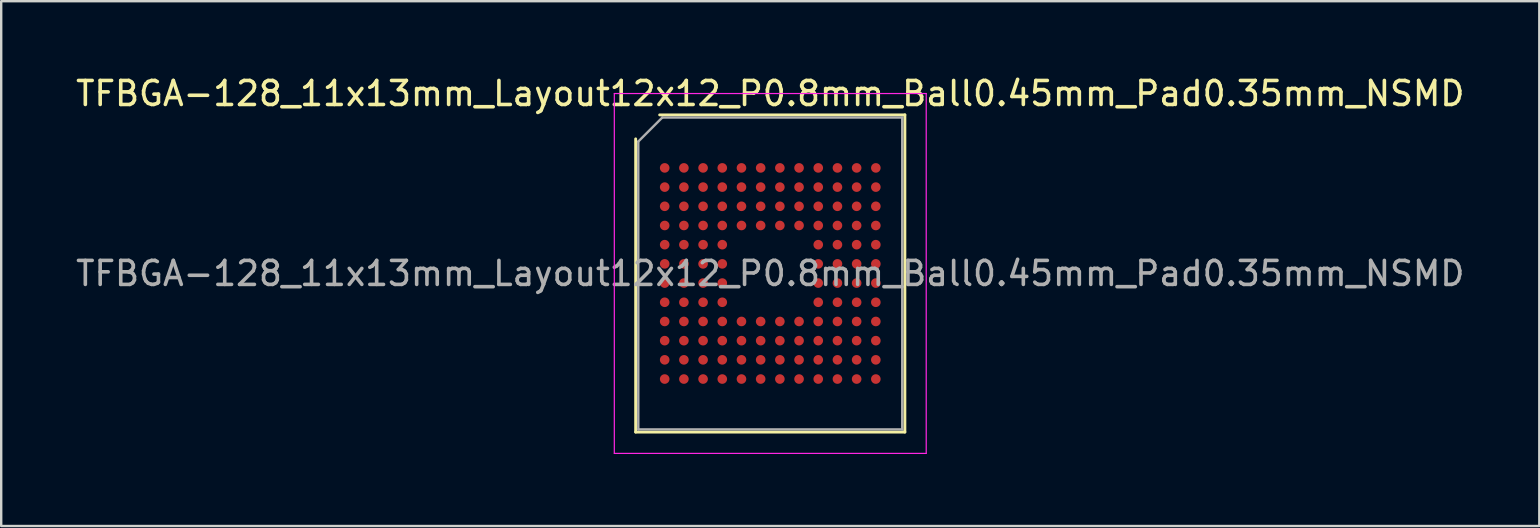
<source format=kicad_pcb>
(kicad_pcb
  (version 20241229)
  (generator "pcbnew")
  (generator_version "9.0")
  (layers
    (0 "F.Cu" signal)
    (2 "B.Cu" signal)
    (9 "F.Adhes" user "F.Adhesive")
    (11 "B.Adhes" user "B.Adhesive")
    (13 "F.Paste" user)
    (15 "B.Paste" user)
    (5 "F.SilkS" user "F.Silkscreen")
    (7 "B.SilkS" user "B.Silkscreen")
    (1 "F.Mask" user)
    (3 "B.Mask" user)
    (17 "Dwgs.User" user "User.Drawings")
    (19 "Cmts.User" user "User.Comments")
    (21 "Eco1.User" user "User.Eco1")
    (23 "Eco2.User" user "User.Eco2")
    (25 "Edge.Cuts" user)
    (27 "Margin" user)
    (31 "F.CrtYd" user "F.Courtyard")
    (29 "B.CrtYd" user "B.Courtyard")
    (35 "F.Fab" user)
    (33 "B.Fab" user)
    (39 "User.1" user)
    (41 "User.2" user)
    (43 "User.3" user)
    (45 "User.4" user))
  (footprint "TFBGA-128_11x13mm_Layout12x12_P0.8mm_Ball0.45mm_Pad0.35mm_NSMD"
    (layer "F.Cu")
    (at 29.054 8.348)
    (property "Reference" "TFBGA-128_11x13mm_Layout12x12_P0.8mm_Ball0.45mm_Pad0.35mm_NSMD" (at 0 -7.5 0) (layer "F.SilkS") (effects (font (size 1 1) (thickness 0.15))))
    (attr smd)
    (fp_line (start -5.61 6.61) (end -5.61 -5.61) (stroke (width 0.12) (type solid)) (layer "F.SilkS"))
    (fp_line (start -4.61 -6.61) (end 5.61 -6.61) (stroke (width 0.12) (type solid)) (layer "F.SilkS"))
    (fp_line (start 5.61 -6.61) (end 5.61 6.61) (stroke (width 0.12) (type solid)) (layer "F.SilkS"))
    (fp_line (start 5.61 6.61) (end -5.61 6.61) (stroke (width 0.12) (type solid)) (layer "F.SilkS"))
    (fp_line (start -6.5 -7.5) (end -6.5 7.5) (stroke (width 0.05) (type solid)) (layer "F.CrtYd"))
    (fp_line (start -6.5 7.5) (end 6.5 7.5) (stroke (width 0.05) (type solid)) (layer "F.CrtYd"))
    (fp_line (start 6.5 -7.5) (end -6.5 -7.5) (stroke (width 0.05) (type solid)) (layer "F.CrtYd"))
    (fp_line (start 6.5 7.5) (end 6.5 -7.5) (stroke (width 0.05) (type solid)) (layer "F.CrtYd"))
    (fp_line (start -5.5 -5.5) (end -4.5 -6.5) (stroke (width 0.1) (type solid)) (layer "F.Fab"))
    (fp_line (start -5.5 6.5) (end -5.5 -5.5) (stroke (width 0.1) (type solid)) (layer "F.Fab"))
    (fp_line (start -4.5 -6.5) (end 5.5 -6.5) (stroke (width 0.1) (type solid)) (layer "F.Fab"))
    (fp_line (start 5.5 -6.5) (end 5.5 6.5) (stroke (width 0.1) (type solid)) (layer "F.Fab"))
    (fp_line (start 5.5 6.5) (end -5.5 6.5) (stroke (width 0.1) (type solid)) (layer "F.Fab"))
    (fp_text user "${REFERENCE}" (at 0 0 0) (layer "F.Fab") (effects (font (size 1 1) (thickness 0.15))))
    (pad "A1" smd circle (at -4.4 -4.4) (size 0.4 0.4) (layers "F.Cu" "F.Mask" "F.Paste"))
    (pad "A2" smd circle (at -3.6 -4.4) (size 0.4 0.4) (layers "F.Cu" "F.Mask" "F.Paste"))
    (pad "A3" smd circle (at -2.8 -4.4) (size 0.4 0.4) (layers "F.Cu" "F.Mask" "F.Paste"))
    (pad "A4" smd circle (at -2 -4.4) (size 0.4 0.4) (layers "F.Cu" "F.Mask" "F.Paste"))
    (pad "A5" smd circle (at -1.2 -4.4) (size 0.4 0.4) (layers "F.Cu" "F.Mask" "F.Paste"))
    (pad "A6" smd circle (at -0.4 -4.4) (size 0.4 0.4) (layers "F.Cu" "F.Mask" "F.Paste"))
    (pad "A7" smd circle (at 0.4 -4.4) (size 0.4 0.4) (layers "F.Cu" "F.Mask" "F.Paste"))
    (pad "A8" smd circle (at 1.2 -4.4) (size 0.4 0.4) (layers "F.Cu" "F.Mask" "F.Paste"))
    (pad "A9" smd circle (at 2 -4.4) (size 0.4 0.4) (layers "F.Cu" "F.Mask" "F.Paste"))
    (pad "A10" smd circle (at 2.8 -4.4) (size 0.4 0.4) (layers "F.Cu" "F.Mask" "F.Paste"))
    (pad "A11" smd circle (at 3.6 -4.4) (size 0.4 0.4) (layers "F.Cu" "F.Mask" "F.Paste"))
    (pad "A12" smd circle (at 4.4 -4.4) (size 0.4 0.4) (layers "F.Cu" "F.Mask" "F.Paste"))
    (pad "B1" smd circle (at -4.4 -3.6) (size 0.4 0.4) (layers "F.Cu" "F.Mask" "F.Paste"))
    (pad "B2" smd circle (at -3.6 -3.6) (size 0.4 0.4) (layers "F.Cu" "F.Mask" "F.Paste"))
    (pad "B3" smd circle (at -2.8 -3.6) (size 0.4 0.4) (layers "F.Cu" "F.Mask" "F.Paste"))
    (pad "B4" smd circle (at -2 -3.6) (size 0.4 0.4) (layers "F.Cu" "F.Mask" "F.Paste"))
    (pad "B5" smd circle (at -1.2 -3.6) (size 0.4 0.4) (layers "F.Cu" "F.Mask" "F.Paste"))
    (pad "B6" smd circle (at -0.4 -3.6) (size 0.4 0.4) (layers "F.Cu" "F.Mask" "F.Paste"))
    (pad "B7" smd circle (at 0.4 -3.6) (size 0.4 0.4) (layers "F.Cu" "F.Mask" "F.Paste"))
    (pad "B8" smd circle (at 1.2 -3.6) (size 0.4 0.4) (layers "F.Cu" "F.Mask" "F.Paste"))
    (pad "B9" smd circle (at 2 -3.6) (size 0.4 0.4) (layers "F.Cu" "F.Mask" "F.Paste"))
    (pad "B10" smd circle (at 2.8 -3.6) (size 0.4 0.4) (layers "F.Cu" "F.Mask" "F.Paste"))
    (pad "B11" smd circle (at 3.6 -3.6) (size 0.4 0.4) (layers "F.Cu" "F.Mask" "F.Paste"))
    (pad "B12" smd circle (at 4.4 -3.6) (size 0.4 0.4) (layers "F.Cu" "F.Mask" "F.Paste"))
    (pad "C1" smd circle (at -4.4 -2.8) (size 0.4 0.4) (layers "F.Cu" "F.Mask" "F.Paste"))
    (pad "C2" smd circle (at -3.6 -2.8) (size 0.4 0.4) (layers "F.Cu" "F.Mask" "F.Paste"))
    (pad "C3" smd circle (at -2.8 -2.8) (size 0.4 0.4) (layers "F.Cu" "F.Mask" "F.Paste"))
    (pad "C4" smd circle (at -2 -2.8) (size 0.4 0.4) (layers "F.Cu" "F.Mask" "F.Paste"))
    (pad "C5" smd circle (at -1.2 -2.8) (size 0.4 0.4) (layers "F.Cu" "F.Mask" "F.Paste"))
    (pad "C6" smd circle (at -0.4 -2.8) (size 0.4 0.4) (layers "F.Cu" "F.Mask" "F.Paste"))
    (pad "C7" smd circle (at 0.4 -2.8) (size 0.4 0.4) (layers "F.Cu" "F.Mask" "F.Paste"))
    (pad "C8" smd circle (at 1.2 -2.8) (size 0.4 0.4) (layers "F.Cu" "F.Mask" "F.Paste"))
    (pad "C9" smd circle (at 2 -2.8) (size 0.4 0.4) (layers "F.Cu" "F.Mask" "F.Paste"))
    (pad "C10" smd circle (at 2.8 -2.8) (size 0.4 0.4) (layers "F.Cu" "F.Mask" "F.Paste"))
    (pad "C11" smd circle (at 3.6 -2.8) (size 0.4 0.4) (layers "F.Cu" "F.Mask" "F.Paste"))
    (pad "C12" smd circle (at 4.4 -2.8) (size 0.4 0.4) (layers "F.Cu" "F.Mask" "F.Paste"))
    (pad "D1" smd circle (at -4.4 -2) (size 0.4 0.4) (layers "F.Cu" "F.Mask" "F.Paste"))
    (pad "D2" smd circle (at -3.6 -2) (size 0.4 0.4) (layers "F.Cu" "F.Mask" "F.Paste"))
    (pad "D3" smd circle (at -2.8 -2) (size 0.4 0.4) (layers "F.Cu" "F.Mask" "F.Paste"))
    (pad "D4" smd circle (at -2 -2) (size 0.4 0.4) (layers "F.Cu" "F.Mask" "F.Paste"))
    (pad "D5" smd circle (at -1.2 -2) (size 0.4 0.4) (layers "F.Cu" "F.Mask" "F.Paste"))
    (pad "D6" smd circle (at -0.4 -2) (size 0.4 0.4) (layers "F.Cu" "F.Mask" "F.Paste"))
    (pad "D7" smd circle (at 0.4 -2) (size 0.4 0.4) (layers "F.Cu" "F.Mask" "F.Paste"))
    (pad "D8" smd circle (at 1.2 -2) (size 0.4 0.4) (layers "F.Cu" "F.Mask" "F.Paste"))
    (pad "D9" smd circle (at 2 -2) (size 0.4 0.4) (layers "F.Cu" "F.Mask" "F.Paste"))
    (pad "D10" smd circle (at 2.8 -2) (size 0.4 0.4) (layers "F.Cu" "F.Mask" "F.Paste"))
    (pad "D11" smd circle (at 3.6 -2) (size 0.4 0.4) (layers "F.Cu" "F.Mask" "F.Paste"))
    (pad "D12" smd circle (at 4.4 -2) (size 0.4 0.4) (layers "F.Cu" "F.Mask" "F.Paste"))
    (pad "E1" smd circle (at -4.4 -1.2) (size 0.4 0.4) (layers "F.Cu" "F.Mask" "F.Paste"))
    (pad "E2" smd circle (at -3.6 -1.2) (size 0.4 0.4) (layers "F.Cu" "F.Mask" "F.Paste"))
    (pad "E3" smd circle (at -2.8 -1.2) (size 0.4 0.4) (layers "F.Cu" "F.Mask" "F.Paste"))
    (pad "E4" smd circle (at -2 -1.2) (size 0.4 0.4) (layers "F.Cu" "F.Mask" "F.Paste"))
    (pad "E9" smd circle (at 2 -1.2) (size 0.4 0.4) (layers "F.Cu" "F.Mask" "F.Paste"))
    (pad "E10" smd circle (at 2.8 -1.2) (size 0.4 0.4) (layers "F.Cu" "F.Mask" "F.Paste"))
    (pad "E11" smd circle (at 3.6 -1.2) (size 0.4 0.4) (layers "F.Cu" "F.Mask" "F.Paste"))
    (pad "E12" smd circle (at 4.4 -1.2) (size 0.4 0.4) (layers "F.Cu" "F.Mask" "F.Paste"))
    (pad "F1" smd circle (at -4.4 -0.4) (size 0.4 0.4) (layers "F.Cu" "F.Mask" "F.Paste"))
    (pad "F2" smd circle (at -3.6 -0.4) (size 0.4 0.4) (layers "F.Cu" "F.Mask" "F.Paste"))
    (pad "F3" smd circle (at -2.8 -0.4) (size 0.4 0.4) (layers "F.Cu" "F.Mask" "F.Paste"))
    (pad "F4" smd circle (at -2 -0.4) (size 0.4 0.4) (layers "F.Cu" "F.Mask" "F.Paste"))
    (pad "F9" smd circle (at 2 -0.4) (size 0.4 0.4) (layers "F.Cu" "F.Mask" "F.Paste"))
    (pad "F10" smd circle (at 2.8 -0.4) (size 0.4 0.4) (layers "F.Cu" "F.Mask" "F.Paste"))
    (pad "F11" smd circle (at 3.6 -0.4) (size 0.4 0.4) (layers "F.Cu" "F.Mask" "F.Paste"))
    (pad "F12" smd circle (at 4.4 -0.4) (size 0.4 0.4) (layers "F.Cu" "F.Mask" "F.Paste"))
    (pad "G1" smd circle (at -4.4 0.4) (size 0.4 0.4) (layers "F.Cu" "F.Mask" "F.Paste"))
    (pad "G2" smd circle (at -3.6 0.4) (size 0.4 0.4) (layers "F.Cu" "F.Mask" "F.Paste"))
    (pad "G3" smd circle (at -2.8 0.4) (size 0.4 0.4) (layers "F.Cu" "F.Mask" "F.Paste"))
    (pad "G4" smd circle (at -2 0.4) (size 0.4 0.4) (layers "F.Cu" "F.Mask" "F.Paste"))
    (pad "G9" smd circle (at 2 0.4) (size 0.4 0.4) (layers "F.Cu" "F.Mask" "F.Paste"))
    (pad "G10" smd circle (at 2.8 0.4) (size 0.4 0.4) (layers "F.Cu" "F.Mask" "F.Paste"))
    (pad "G11" smd circle (at 3.6 0.4) (size 0.4 0.4) (layers "F.Cu" "F.Mask" "F.Paste"))
    (pad "G12" smd circle (at 4.4 0.4) (size 0.4 0.4) (layers "F.Cu" "F.Mask" "F.Paste"))
    (pad "H1" smd circle (at -4.4 1.2) (size 0.4 0.4) (layers "F.Cu" "F.Mask" "F.Paste"))
    (pad "H2" smd circle (at -3.6 1.2) (size 0.4 0.4) (layers "F.Cu" "F.Mask" "F.Paste"))
    (pad "H3" smd circle (at -2.8 1.2) (size 0.4 0.4) (layers "F.Cu" "F.Mask" "F.Paste"))
    (pad "H4" smd circle (at -2 1.2) (size 0.4 0.4) (layers "F.Cu" "F.Mask" "F.Paste"))
    (pad "H9" smd circle (at 2 1.2) (size 0.4 0.4) (layers "F.Cu" "F.Mask" "F.Paste"))
    (pad "H10" smd circle (at 2.8 1.2) (size 0.4 0.4) (layers "F.Cu" "F.Mask" "F.Paste"))
    (pad "H11" smd circle (at 3.6 1.2) (size 0.4 0.4) (layers "F.Cu" "F.Mask" "F.Paste"))
    (pad "H12" smd circle (at 4.4 1.2) (size 0.4 0.4) (layers "F.Cu" "F.Mask" "F.Paste"))
    (pad "J1" smd circle (at -4.4 2) (size 0.4 0.4) (layers "F.Cu" "F.Mask" "F.Paste"))
    (pad "J2" smd circle (at -3.6 2) (size 0.4 0.4) (layers "F.Cu" "F.Mask" "F.Paste"))
    (pad "J3" smd circle (at -2.8 2) (size 0.4 0.4) (layers "F.Cu" "F.Mask" "F.Paste"))
    (pad "J4" smd circle (at -2 2) (size 0.4 0.4) (layers "F.Cu" "F.Mask" "F.Paste"))
    (pad "J5" smd circle (at -1.2 2) (size 0.4 0.4) (layers "F.Cu" "F.Mask" "F.Paste"))
    (pad "J6" smd circle (at -0.4 2) (size 0.4 0.4) (layers "F.Cu" "F.Mask" "F.Paste"))
    (pad "J7" smd circle (at 0.4 2) (size 0.4 0.4) (layers "F.Cu" "F.Mask" "F.Paste"))
    (pad "J8" smd circle (at 1.2 2) (size 0.4 0.4) (layers "F.Cu" "F.Mask" "F.Paste"))
    (pad "J9" smd circle (at 2 2) (size 0.4 0.4) (layers "F.Cu" "F.Mask" "F.Paste"))
    (pad "J10" smd circle (at 2.8 2) (size 0.4 0.4) (layers "F.Cu" "F.Mask" "F.Paste"))
    (pad "J11" smd circle (at 3.6 2) (size 0.4 0.4) (layers "F.Cu" "F.Mask" "F.Paste"))
    (pad "J12" smd circle (at 4.4 2) (size 0.4 0.4) (layers "F.Cu" "F.Mask" "F.Paste"))
    (pad "K1" smd circle (at -4.4 2.8) (size 0.4 0.4) (layers "F.Cu" "F.Mask" "F.Paste"))
    (pad "K2" smd circle (at -3.6 2.8) (size 0.4 0.4) (layers "F.Cu" "F.Mask" "F.Paste"))
    (pad "K3" smd circle (at -2.8 2.8) (size 0.4 0.4) (layers "F.Cu" "F.Mask" "F.Paste"))
    (pad "K4" smd circle (at -2 2.8) (size 0.4 0.4) (layers "F.Cu" "F.Mask" "F.Paste"))
    (pad "K5" smd circle (at -1.2 2.8) (size 0.4 0.4) (layers "F.Cu" "F.Mask" "F.Paste"))
    (pad "K6" smd circle (at -0.4 2.8) (size 0.4 0.4) (layers "F.Cu" "F.Mask" "F.Paste"))
    (pad "K7" smd circle (at 0.4 2.8) (size 0.4 0.4) (layers "F.Cu" "F.Mask" "F.Paste"))
    (pad "K8" smd circle (at 1.2 2.8) (size 0.4 0.4) (layers "F.Cu" "F.Mask" "F.Paste"))
    (pad "K9" smd circle (at 2 2.8) (size 0.4 0.4) (layers "F.Cu" "F.Mask" "F.Paste"))
    (pad "K10" smd circle (at 2.8 2.8) (size 0.4 0.4) (layers "F.Cu" "F.Mask" "F.Paste"))
    (pad "K11" smd circle (at 3.6 2.8) (size 0.4 0.4) (layers "F.Cu" "F.Mask" "F.Paste"))
    (pad "K12" smd circle (at 4.4 2.8) (size 0.4 0.4) (layers "F.Cu" "F.Mask" "F.Paste"))
    (pad "L1" smd circle (at -4.4 3.6) (size 0.4 0.4) (layers "F.Cu" "F.Mask" "F.Paste"))
    (pad "L2" smd circle (at -3.6 3.6) (size 0.4 0.4) (layers "F.Cu" "F.Mask" "F.Paste"))
    (pad "L3" smd circle (at -2.8 3.6) (size 0.4 0.4) (layers "F.Cu" "F.Mask" "F.Paste"))
    (pad "L4" smd circle (at -2 3.6) (size 0.4 0.4) (layers "F.Cu" "F.Mask" "F.Paste"))
    (pad "L5" smd circle (at -1.2 3.6) (size 0.4 0.4) (layers "F.Cu" "F.Mask" "F.Paste"))
    (pad "L6" smd circle (at -0.4 3.6) (size 0.4 0.4) (layers "F.Cu" "F.Mask" "F.Paste"))
    (pad "L7" smd circle (at 0.4 3.6) (size 0.4 0.4) (layers "F.Cu" "F.Mask" "F.Paste"))
    (pad "L8" smd circle (at 1.2 3.6) (size 0.4 0.4) (layers "F.Cu" "F.Mask" "F.Paste"))
    (pad "L9" smd circle (at 2 3.6) (size 0.4 0.4) (layers "F.Cu" "F.Mask" "F.Paste"))
    (pad "L10" smd circle (at 2.8 3.6) (size 0.4 0.4) (layers "F.Cu" "F.Mask" "F.Paste"))
    (pad "L11" smd circle (at 3.6 3.6) (size 0.4 0.4) (layers "F.Cu" "F.Mask" "F.Paste"))
    (pad "L12" smd circle (at 4.4 3.6) (size 0.4 0.4) (layers "F.Cu" "F.Mask" "F.Paste"))
    (pad "M1" smd circle (at -4.4 4.4) (size 0.4 0.4) (layers "F.Cu" "F.Mask" "F.Paste"))
    (pad "M2" smd circle (at -3.6 4.4) (size 0.4 0.4) (layers "F.Cu" "F.Mask" "F.Paste"))
    (pad "M3" smd circle (at -2.8 4.4) (size 0.4 0.4) (layers "F.Cu" "F.Mask" "F.Paste"))
    (pad "M4" smd circle (at -2 4.4) (size 0.4 0.4) (layers "F.Cu" "F.Mask" "F.Paste"))
    (pad "M5" smd circle (at -1.2 4.4) (size 0.4 0.4) (layers "F.Cu" "F.Mask" "F.Paste"))
    (pad "M6" smd circle (at -0.4 4.4) (size 0.4 0.4) (layers "F.Cu" "F.Mask" "F.Paste"))
    (pad "M7" smd circle (at 0.4 4.4) (size 0.4 0.4) (layers "F.Cu" "F.Mask" "F.Paste"))
    (pad "M8" smd circle (at 1.2 4.4) (size 0.4 0.4) (layers "F.Cu" "F.Mask" "F.Paste"))
    (pad "M9" smd circle (at 2 4.4) (size 0.4 0.4) (layers "F.Cu" "F.Mask" "F.Paste"))
    (pad "M10" smd circle (at 2.8 4.4) (size 0.4 0.4) (layers "F.Cu" "F.Mask" "F.Paste"))
    (pad "M11" smd circle (at 3.6 4.4) (size 0.4 0.4) (layers "F.Cu" "F.Mask" "F.Paste"))
    (pad "M12" smd circle (at 4.4 4.4) (size 0.4 0.4) (layers "F.Cu" "F.Mask" "F.Paste")))
  (gr_rect
    (start -3 -3)
    (end 61.107 18.873)
    (stroke (width 0.1) (type default))
    (fill no)
    (layer "Edge.Cuts")))
</source>
